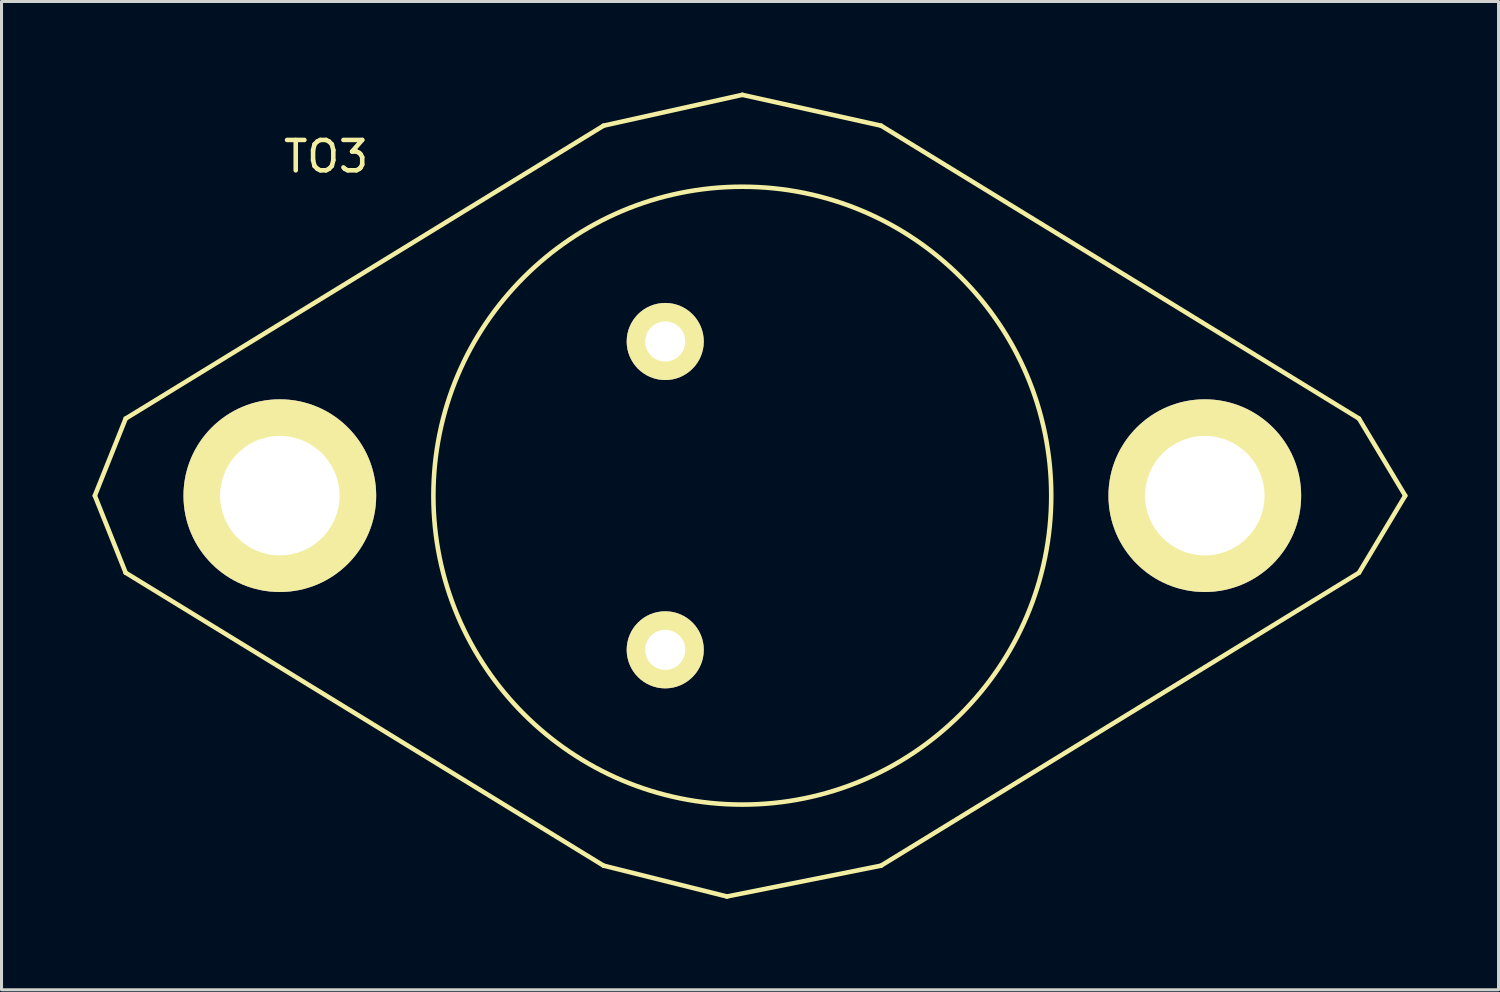
<source format=kicad_pcb>
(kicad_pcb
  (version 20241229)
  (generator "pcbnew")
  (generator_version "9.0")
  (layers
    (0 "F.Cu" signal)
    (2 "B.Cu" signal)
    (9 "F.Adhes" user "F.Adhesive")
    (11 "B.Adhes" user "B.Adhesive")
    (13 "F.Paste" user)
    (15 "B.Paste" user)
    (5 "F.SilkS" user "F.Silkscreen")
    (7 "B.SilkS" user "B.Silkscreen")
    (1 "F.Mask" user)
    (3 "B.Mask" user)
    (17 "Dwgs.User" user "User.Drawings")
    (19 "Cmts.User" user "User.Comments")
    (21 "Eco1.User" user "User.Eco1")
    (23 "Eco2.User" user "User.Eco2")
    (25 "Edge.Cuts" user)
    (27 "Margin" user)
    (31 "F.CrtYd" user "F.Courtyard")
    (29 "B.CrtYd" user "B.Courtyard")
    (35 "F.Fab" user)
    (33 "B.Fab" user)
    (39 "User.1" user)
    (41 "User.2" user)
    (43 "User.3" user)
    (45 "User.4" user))
  (footprint "TO3"
    (layer "F.Cu")
    (at 21.411 13.283)
    (property "Reference" "TO3" (at -13.716 -11.176 0) (layer "F.SilkS") (effects (font (size 1 1) (thickness 0.15))))
    (attr through_hole)
    (fp_line (start -21.336 0) (end -20.32 2.54) (stroke (width 0.15) (type solid)) (layer "F.SilkS"))
    (fp_line (start -20.32 -2.54) (end -21.336 0) (stroke (width 0.15) (type solid)) (layer "F.SilkS"))
    (fp_line (start -4.572 -12.192) (end -20.32 -2.54) (stroke (width 0.15) (type solid)) (layer "F.SilkS"))
    (fp_line (start -4.572 -12.192) (end 0 -13.208) (stroke (width 0.15) (type solid)) (layer "F.SilkS"))
    (fp_line (start -4.572 12.192) (end -20.32 2.54) (stroke (width 0.15) (type solid)) (layer "F.SilkS"))
    (fp_line (start -0.508 13.208) (end -4.572 12.192) (stroke (width 0.15) (type solid)) (layer "F.SilkS"))
    (fp_line (start 0 -13.208) (end 4.572 -12.192) (stroke (width 0.15) (type solid)) (layer "F.SilkS"))
    (fp_line (start 4.572 -12.192) (end 20.32 -2.54) (stroke (width 0.15) (type solid)) (layer "F.SilkS"))
    (fp_line (start 4.572 12.192) (end -0.508 13.208) (stroke (width 0.15) (type solid)) (layer "F.SilkS"))
    (fp_line (start 4.572 12.192) (end 20.32 2.54) (stroke (width 0.15) (type solid)) (layer "F.SilkS"))
    (fp_line (start 20.32 -2.54) (end 21.844 0) (stroke (width 0.15) (type solid)) (layer "F.SilkS"))
    (fp_line (start 21.844 0) (end 20.32 2.54) (stroke (width 0.15) (type solid)) (layer "F.SilkS"))
    (fp_circle (center 0 0) (end 10.16 0.635) (stroke (width 0.15) (type solid)) (fill no) (layer "F.SilkS"))
    (pad "1" thru_hole circle (at -15.24 0) (size 6.35 6.35) (drill 3.937) (layers "*.Cu" "*.Mask" "F.SilkS"))
    (pad "1" thru_hole circle (at 15.24 0) (size 6.35 6.35) (drill 3.937) (layers "*.Cu" "*.Mask" "F.SilkS"))
    (pad "2" thru_hole circle (at -2.54 -5.08) (size 2.54 2.54) (drill 1.321) (layers "*.Cu" "*.Mask" "F.SilkS"))
    (pad "3" thru_hole circle (at -2.54 5.08) (size 2.54 2.54) (drill 1.321) (layers "*.Cu" "*.Mask" "F.SilkS")))
  (gr_rect
    (start -3 -3)
    (end 46.33 29.566)
    (stroke (width 0.1) (type default))
    (fill no)
    (layer "Edge.Cuts")))
</source>
